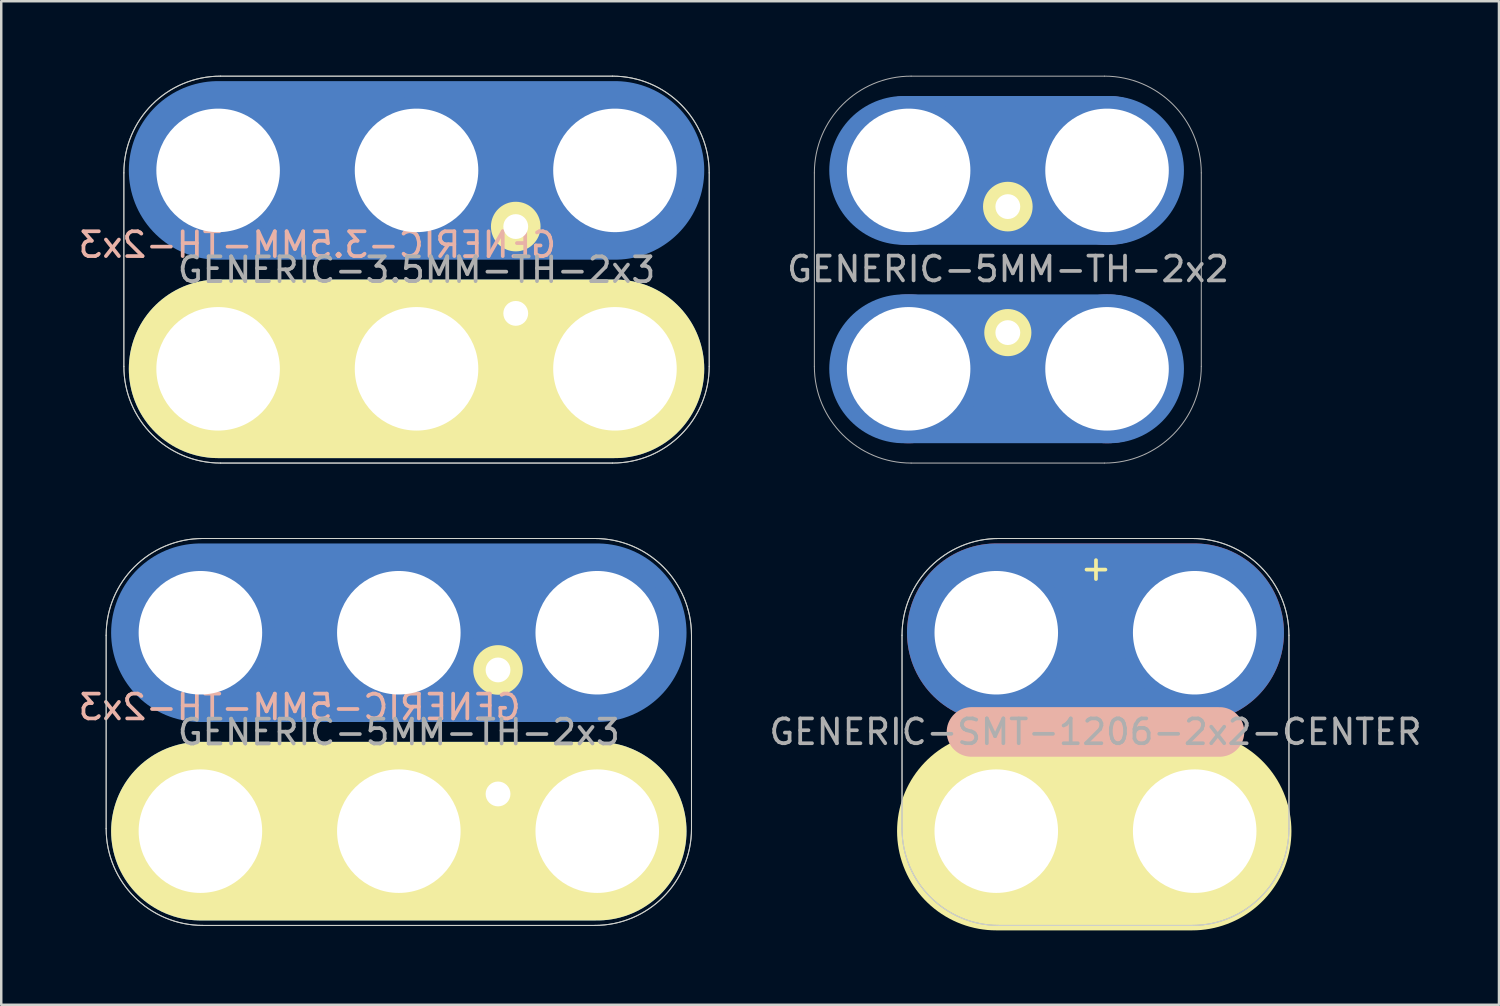
<source format=kicad_pcb>
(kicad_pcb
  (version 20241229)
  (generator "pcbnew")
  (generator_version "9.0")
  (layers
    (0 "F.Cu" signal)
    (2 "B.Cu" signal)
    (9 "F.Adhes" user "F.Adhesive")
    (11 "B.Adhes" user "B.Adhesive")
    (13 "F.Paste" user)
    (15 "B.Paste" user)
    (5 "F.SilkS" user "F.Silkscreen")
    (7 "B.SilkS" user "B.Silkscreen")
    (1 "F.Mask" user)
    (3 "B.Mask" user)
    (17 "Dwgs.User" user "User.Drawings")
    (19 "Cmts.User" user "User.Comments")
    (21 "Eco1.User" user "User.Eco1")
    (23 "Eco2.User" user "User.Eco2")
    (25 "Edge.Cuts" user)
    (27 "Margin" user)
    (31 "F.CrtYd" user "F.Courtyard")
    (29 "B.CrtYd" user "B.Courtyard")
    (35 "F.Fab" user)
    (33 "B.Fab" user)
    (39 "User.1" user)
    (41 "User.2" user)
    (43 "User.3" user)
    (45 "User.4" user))
  (footprint "GENERIC-3.5MM-TH-2x3"
    (layer "F.Cu")
    (at 13.744 11.82)
    (property "Reference" "GENERIC-3.5MM-TH-2x3" (at -4 -5 0) (layer "B.SilkS") (effects (font (size 1 1) (thickness 0.15)) (justify mirror)))
    (attr through_hole)
    (fp_line (start 8 -8) (end -8 -8) (stroke (width 7.2) (type solid)) (layer "B.Cu"))
    (fp_line (start 8 0) (end -8 0) (stroke (width 7.2) (type solid)) (layer "B.Cu"))
    (fp_line (start 8 -8) (end -8 -8) (stroke (width 7.2) (type solid)) (layer "B.Mask"))
    (fp_line (start 8 0) (end -8 0) (stroke (width 7.2) (type solid)) (layer "B.Mask"))
    (fp_line (start 8 0) (end -8 0) (stroke (width 7.2) (type solid)) (layer "F.SilkS"))
    (fp_line (start -11.8 -0.1) (end -11.8 -7.9) (stroke (width 0.041) (type solid)) (layer "Edge.Cuts"))
    (fp_line (start 7.9 -11.8) (end -7.9 -11.8) (stroke (width 0.041) (type solid)) (layer "Edge.Cuts"))
    (fp_line (start 7.9 3.8) (end -7.9 3.8) (stroke (width 0.041) (type solid)) (layer "Edge.Cuts"))
    (fp_line (start 11.8 -0.1) (end 11.8 -7.9) (stroke (width 0.041) (type solid)) (layer "Edge.Cuts"))
    (fp_arc (start -11.8 -7.9) (mid -10.657716 -10.657716) (end -7.9 -11.8) (stroke (width 0.04064) (type solid)) (layer "Edge.Cuts"))
    (fp_arc (start -7.9 3.8) (mid -10.657716 2.657716) (end -11.8 -0.1) (stroke (width 0.04064) (type solid)) (layer "Edge.Cuts"))
    (fp_arc (start 7.9 -11.8) (mid 10.657716 -10.657716) (end 11.8 -7.9) (stroke (width 0.04064) (type solid)) (layer "Edge.Cuts"))
    (fp_arc (start 11.8 -0.1) (mid 10.657716 2.657716) (end 7.9 3.8) (stroke (width 0.04064) (type solid)) (layer "Edge.Cuts"))
    (fp_line (start -11.8 -0.1) (end -11.8 -7.9) (stroke (width 0.041) (type solid)) (layer "F.Fab"))
    (fp_line (start 7.9 -11.8) (end -7.9 -11.8) (stroke (width 0.041) (type solid)) (layer "F.Fab"))
    (fp_line (start 7.9 3.8) (end -7.9 3.8) (stroke (width 0.041) (type solid)) (layer "F.Fab"))
    (fp_line (start 11.8 -0.1) (end 11.8 -7.9) (stroke (width 0.041) (type solid)) (layer "F.Fab"))
    (fp_arc (start -11.8 -7.9) (mid -10.657716 -10.657716) (end -7.9 -11.8) (stroke (width 0.04064) (type solid)) (layer "F.Fab"))
    (fp_arc (start -7.9 3.8) (mid -10.657716 2.657716) (end -11.8 -0.1) (stroke (width 0.04064) (type solid)) (layer "F.Fab"))
    (fp_arc (start 7.9 -11.8) (mid 10.657716 -10.657716) (end 11.8 -7.9) (stroke (width 0.04064) (type solid)) (layer "F.Fab"))
    (fp_arc (start 11.8 -0.1) (mid 10.657716 2.657716) (end 7.9 3.8) (stroke (width 0.04064) (type solid)) (layer "F.Fab"))
    (fp_text user "${REFERENCE}" (at 0 -3.99 0) (layer "F.Fab") (effects (font (size 1 1) (thickness 0.15))))
    (pad "+" thru_hole circle (at -8 -8) (size 6 6) (drill 4.98) (layers "*.Cu" "*.Mask"))
    (pad "+" thru_hole circle (at 0 -8) (size 6 6) (drill 4.98) (layers "*.Cu" "*.Mask"))
    (pad "+" thru_hole circle (at 4 -5.735) (size 2 2) (drill 1.001) (layers "*.Cu" "*.Mask" "F.SilkS"))
    (pad "+" thru_hole circle (at 8 -8) (size 6 6) (drill 4.98) (layers "*.Cu" "*.Mask"))
    (pad "-" thru_hole circle (at -8 0) (size 6 6) (drill 4.98) (layers "*.Cu" "*.Mask"))
    (pad "-" thru_hole circle (at 0 0) (size 6 6) (drill 4.98) (layers "*.Cu" "*.Mask"))
    (pad "-" thru_hole circle (at 4 -2.235 270) (size 1.9 1.9) (drill 1.001) (layers "*.Cu" "*.Mask" "F.SilkS"))
    (pad "-" thru_hole circle (at 8 0) (size 6 6) (drill 4.98) (layers "*.Cu" "*.Mask")))
  (footprint "GENERIC-SMT-1206-2x2-CENTER"
    (layer "F.Cu")
    (at 37.118 30.461)
    (property "Reference" "GENERIC-SMT-1206-2x2-CENTER" (at 4 -4 0) (layer "F.Fab") (effects (font (size 1 1) (thickness 0.15))))
    (attr through_hole)
    (fp_line (start 0 -8) (end 8 -8) (stroke (width 7.2) (type solid)) (layer "F.Cu"))
    (fp_line (start 0 0) (end 8 0) (stroke (width 7.2) (type solid)) (layer "F.Cu"))
    (fp_line (start 0 -8) (end 8 -8) (stroke (width 7.2) (type solid)) (layer "B.Cu"))
    (fp_line (start 0 0) (end 8 0) (stroke (width 7.2) (type solid)) (layer "B.Cu"))
    (fp_line (start 0 -8) (end 8 -8) (stroke (width 7.2) (type solid)) (layer "B.Mask"))
    (fp_line (start 0 0) (end 8 0) (stroke (width 7.2) (type solid)) (layer "B.Mask"))
    (fp_line (start 0 0) (end 7.9 0) (stroke (width 8) (type solid)) (layer "F.SilkS"))
    (fp_line (start -1 -4) (end 9 -4) (stroke (width 2) (type solid)) (layer "B.SilkS"))
    (fp_line (start -3.8 -0.1) (end -3.8 -7.9) (stroke (width 0.041) (type solid)) (layer "Edge.Cuts"))
    (fp_line (start 7.9 -11.8) (end 0.1 -11.8) (stroke (width 0.041) (type solid)) (layer "Edge.Cuts"))
    (fp_line (start 7.9 3.8) (end 0.1 3.8) (stroke (width 0.041) (type solid)) (layer "Edge.Cuts"))
    (fp_line (start 11.8 -0.1) (end 11.8 -7.9) (stroke (width 0.041) (type solid)) (layer "Edge.Cuts"))
    (fp_arc (start -3.8 -7.9) (mid -2.657716 -10.657716) (end 0.1 -11.8) (stroke (width 0.04064) (type solid)) (layer "Edge.Cuts"))
    (fp_arc (start 0.1 3.8) (mid -2.657716 2.657716) (end -3.8 -0.1) (stroke (width 0.04064) (type solid)) (layer "Edge.Cuts"))
    (fp_arc (start 7.9 -11.8) (mid 10.657716 -10.657716) (end 11.8 -7.9) (stroke (width 0.04064) (type solid)) (layer "Edge.Cuts"))
    (fp_arc (start 11.8 -0.1) (mid 10.657716 2.657716) (end 7.9 3.8) (stroke (width 0.04064) (type solid)) (layer "Edge.Cuts"))
    (fp_line (start -3.8 -0.1) (end -3.8 -7.9) (stroke (width 0.041) (type solid)) (layer "F.Fab"))
    (fp_line (start 7.9 -11.8) (end 0.1 -11.8) (stroke (width 0.041) (type solid)) (layer "F.Fab"))
    (fp_line (start 7.9 3.8) (end 0.1 3.8) (stroke (width 0.041) (type solid)) (layer "F.Fab"))
    (fp_line (start 11.8 -0.1) (end 11.8 -7.9) (stroke (width 0.041) (type solid)) (layer "F.Fab"))
    (fp_arc (start -3.8 -7.9) (mid -2.657716 -10.657716) (end 0.1 -11.8) (stroke (width 0.04064) (type solid)) (layer "F.Fab"))
    (fp_arc (start 0.1 3.8) (mid -2.657716 2.657716) (end -3.8 -0.1) (stroke (width 0.04064) (type solid)) (layer "F.Fab"))
    (fp_arc (start 7.9 -11.8) (mid 10.657716 -10.657716) (end 11.8 -7.9) (stroke (width 0.04064) (type solid)) (layer "F.Fab"))
    (fp_arc (start 11.8 -0.1) (mid 10.657716 2.657716) (end 7.9 3.8) (stroke (width 0.04064) (type solid)) (layer "F.Fab"))
    (fp_text user "+" (at 4.02 -10.62 0) (layer "F.SilkS") (effects (font (size 1 1) (thickness 0.15))))
    (pad "1" thru_hole circle (at 0 -8) (size 6 6) (drill 4.98) (layers "*.Cu" "*.Mask"))
    (pad "1" smd rect (at 4 -5.71) (size 1.6 1.5) (layers "F.Cu" "F.Mask" "F.Paste"))
    (pad "1" thru_hole circle (at 8 -8) (size 6 6) (drill 4.98) (layers "*.Cu" "*.Mask"))
    (pad "2" thru_hole circle (at 0 0) (size 6 6) (drill 4.98) (layers "*.Cu" "*.Mask"))
    (pad "2" smd rect (at 4 -2.29) (size 1.6 1.5) (layers "F.Cu" "F.Mask" "F.Paste"))
    (pad "2" thru_hole circle (at 8 0) (size 6 6) (drill 4.98) (layers "*.Cu" "*.Mask")))
  (footprint "GENERIC-5MM-TH-2x3"
    (layer "F.Cu")
    (at 13.03 30.461)
    (property "Reference" "GENERIC-5MM-TH-2x3" (at -4 -5 0) (layer "B.SilkS") (effects (font (size 1 1) (thickness 0.15)) (justify mirror)))
    (attr through_hole)
    (fp_line (start 8 -8) (end -8 -8) (stroke (width 7.2) (type solid)) (layer "B.Cu"))
    (fp_line (start 8 0) (end -8 0) (stroke (width 7.2) (type solid)) (layer "B.Cu"))
    (fp_line (start 8 -8) (end -8 -8) (stroke (width 7.2) (type solid)) (layer "B.Mask"))
    (fp_line (start 8 0) (end -8 0) (stroke (width 7.2) (type solid)) (layer "B.Mask"))
    (fp_line (start 8 0) (end -8 0) (stroke (width 7.2) (type solid)) (layer "F.SilkS"))
    (fp_line (start -11.8 -0.1) (end -11.8 -7.9) (stroke (width 0.041) (type solid)) (layer "Edge.Cuts"))
    (fp_line (start 7.9 -11.8) (end -7.9 -11.8) (stroke (width 0.041) (type solid)) (layer "Edge.Cuts"))
    (fp_line (start 7.9 3.8) (end -7.9 3.8) (stroke (width 0.041) (type solid)) (layer "Edge.Cuts"))
    (fp_line (start 11.8 -0.1) (end 11.8 -7.9) (stroke (width 0.041) (type solid)) (layer "Edge.Cuts"))
    (fp_arc (start -11.8 -7.9) (mid -10.657716 -10.657716) (end -7.9 -11.8) (stroke (width 0.04064) (type solid)) (layer "Edge.Cuts"))
    (fp_arc (start -7.9 3.8) (mid -10.657716 2.657716) (end -11.8 -0.1) (stroke (width 0.04064) (type solid)) (layer "Edge.Cuts"))
    (fp_arc (start 7.9 -11.8) (mid 10.657716 -10.657716) (end 11.8 -7.9) (stroke (width 0.04064) (type solid)) (layer "Edge.Cuts"))
    (fp_arc (start 11.8 -0.1) (mid 10.657716 2.657716) (end 7.9 3.8) (stroke (width 0.04064) (type solid)) (layer "Edge.Cuts"))
    (fp_line (start -11.8 -0.1) (end -11.8 -7.9) (stroke (width 0.041) (type solid)) (layer "F.Fab"))
    (fp_line (start 7.9 -11.8) (end -7.9 -11.8) (stroke (width 0.041) (type solid)) (layer "F.Fab"))
    (fp_line (start 7.9 3.8) (end -7.9 3.8) (stroke (width 0.041) (type solid)) (layer "F.Fab"))
    (fp_line (start 11.8 -0.1) (end 11.8 -7.9) (stroke (width 0.041) (type solid)) (layer "F.Fab"))
    (fp_arc (start -11.8 -7.9) (mid -10.657716 -10.657716) (end -7.9 -11.8) (stroke (width 0.04064) (type solid)) (layer "F.Fab"))
    (fp_arc (start -7.9 3.8) (mid -10.657716 2.657716) (end -11.8 -0.1) (stroke (width 0.04064) (type solid)) (layer "F.Fab"))
    (fp_arc (start 7.9 -11.8) (mid 10.657716 -10.657716) (end 11.8 -7.9) (stroke (width 0.04064) (type solid)) (layer "F.Fab"))
    (fp_arc (start 11.8 -0.1) (mid 10.657716 2.657716) (end 7.9 3.8) (stroke (width 0.04064) (type solid)) (layer "F.Fab"))
    (fp_text user "${REFERENCE}" (at 0 -3.99 0) (layer "F.Fab") (effects (font (size 1 1) (thickness 0.15))))
    (pad "+" thru_hole circle (at -8 -8) (size 6 6) (drill 4.98) (layers "*.Cu" "*.Mask"))
    (pad "+" thru_hole circle (at 0 -8) (size 6 6) (drill 4.98) (layers "*.Cu" "*.Mask"))
    (pad "+" thru_hole circle (at 4 -6.5) (size 2 2) (drill 1.001) (layers "*.Cu" "*.Mask" "F.SilkS"))
    (pad "+" thru_hole circle (at 8 -8) (size 6 6) (drill 4.98) (layers "*.Cu" "*.Mask"))
    (pad "-" thru_hole circle (at -8 0) (size 6 6) (drill 4.98) (layers "*.Cu" "*.Mask"))
    (pad "-" thru_hole circle (at 0 0) (size 6 6) (drill 4.98) (layers "*.Cu" "*.Mask"))
    (pad "-" thru_hole circle (at 4 -1.5 270) (size 1.9 1.9) (drill 1.001) (layers "*.Cu" "*.Mask" "F.SilkS"))
    (pad "-" thru_hole circle (at 8 0) (size 6 6) (drill 4.98) (layers "*.Cu" "*.Mask")))
  (footprint "GENERIC-5MM-TH-2x2"
    (layer "F.Cu")
    (at 33.584 11.82)
    (property "Reference" "GENERIC-5MM-TH-2x2" (at 4.01 -4.02 0) (layer "F.Fab") (effects (font (size 1 1) (thickness 0.15))))
    (attr through_hole)
    (fp_line (start -0.2 -8) (end 8.1 -8) (stroke (width 6) (type solid)) (layer "B.Cu"))
    (fp_line (start -0.2 0) (end 8.1 0) (stroke (width 6) (type solid)) (layer "B.Cu"))
    (fp_line (start -0.2 -8) (end 8.1 -8) (stroke (width 6) (type solid)) (layer "B.Mask"))
    (fp_line (start -0.2 0) (end 8.1 0) (stroke (width 6) (type solid)) (layer "B.Mask"))
    (fp_line (start -3.8 -0.1) (end -3.8 -7.9) (stroke (width 0.041) (type solid)) (layer "F.Fab"))
    (fp_line (start 7.9 -11.8) (end 0.1 -11.8) (stroke (width 0.041) (type solid)) (layer "F.Fab"))
    (fp_line (start 7.9 3.8) (end 0.1 3.8) (stroke (width 0.041) (type solid)) (layer "F.Fab"))
    (fp_line (start 11.8 -0.1) (end 11.8 -7.9) (stroke (width 0.041) (type solid)) (layer "F.Fab"))
    (fp_arc (start -3.8 -7.9) (mid -2.657716 -10.657716) (end 0.1 -11.8) (stroke (width 0.04064) (type solid)) (layer "F.Fab"))
    (fp_arc (start 0.1 3.8) (mid -2.657716 2.657716) (end -3.8 -0.1) (stroke (width 0.04064) (type solid)) (layer "F.Fab"))
    (fp_arc (start 7.9 -11.8) (mid 10.657716 -10.657716) (end 11.8 -7.9) (stroke (width 0.04064) (type solid)) (layer "F.Fab"))
    (fp_arc (start 11.8 -0.1) (mid 10.657716 2.657716) (end 7.9 3.8) (stroke (width 0.04064) (type solid)) (layer "F.Fab"))
    (pad "1" thru_hole circle (at 0 -8) (size 6 6) (drill 4.98) (layers "*.Cu" "*.Mask"))
    (pad "1" thru_hole circle (at 4 -6.54) (size 2 2) (drill 1.001) (layers "*.Cu" "*.Mask" "F.SilkS"))
    (pad "1" thru_hole circle (at 8 -8) (size 6 6) (drill 4.98) (layers "*.Cu" "*.Mask"))
    (pad "2" thru_hole circle (at 0 0) (size 6 6) (drill 4.98) (layers "*.Cu" "*.Mask"))
    (pad "2" thru_hole circle (at 4 -1.46 270) (size 1.9 1.9) (drill 1.001) (layers "*.Cu" "*.Mask" "F.SilkS"))
    (pad "2" thru_hole circle (at 8 0) (size 6 6) (drill 4.98) (layers "*.Cu" "*.Mask")))
  (gr_rect
    (start -3 -3)
    (end 57.386 37.461)
    (stroke (width 0.1) (type default))
    (fill no)
    (layer "Edge.Cuts")))
</source>
